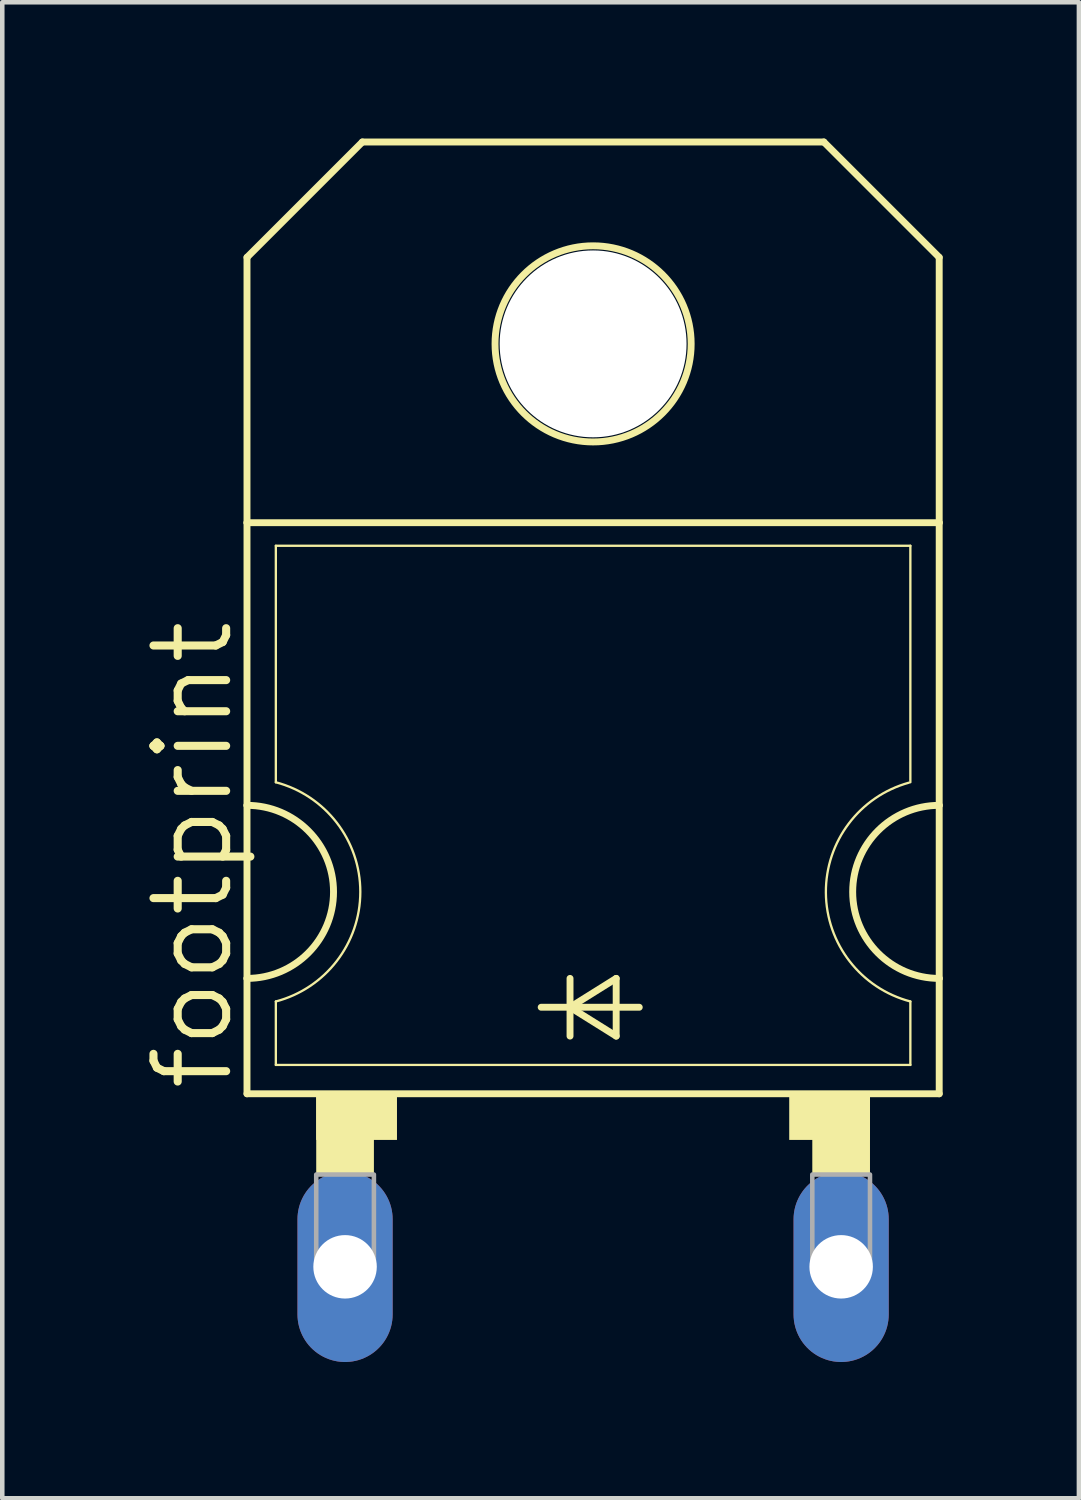
<source format=kicad_pcb>
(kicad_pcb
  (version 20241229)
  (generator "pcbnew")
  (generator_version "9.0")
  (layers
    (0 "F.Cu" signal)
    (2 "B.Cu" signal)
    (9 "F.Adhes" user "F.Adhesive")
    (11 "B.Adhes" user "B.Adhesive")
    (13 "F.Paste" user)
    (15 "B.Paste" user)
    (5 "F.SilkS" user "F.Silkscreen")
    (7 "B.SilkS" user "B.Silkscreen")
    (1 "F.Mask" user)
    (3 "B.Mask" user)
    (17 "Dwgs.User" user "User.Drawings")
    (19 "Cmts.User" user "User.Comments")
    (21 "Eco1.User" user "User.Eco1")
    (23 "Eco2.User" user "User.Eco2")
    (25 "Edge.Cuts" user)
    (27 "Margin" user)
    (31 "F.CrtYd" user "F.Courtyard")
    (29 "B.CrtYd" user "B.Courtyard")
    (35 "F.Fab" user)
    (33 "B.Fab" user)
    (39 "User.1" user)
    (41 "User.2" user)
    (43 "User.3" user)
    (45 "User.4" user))
  (footprint "footprint"
    (layer "F.Cu")
    (at 10.008 14.681)
    (property "Reference" "footprint" (at -7.874 6.35 90) (layer "F.SilkS") (effects (font (size 1.6 1.6) (thickness 0.178)) (justify left bottom)))
    (fp_line (start -7.62 -12.065) (end -7.62 -6.223) (stroke (width 0.152) (type solid)) (layer "F.SilkS"))
    (fp_line (start -7.62 -12.065) (end -5.08 -14.605) (stroke (width 0.152) (type solid)) (layer "F.SilkS"))
    (fp_line (start -7.62 0) (end -7.62 -6.223) (stroke (width 0.152) (type solid)) (layer "F.SilkS"))
    (fp_line (start -7.62 3.81) (end -7.62 0) (stroke (width 0.152) (type solid)) (layer "F.SilkS"))
    (fp_line (start -7.62 6.35) (end -7.62 3.81) (stroke (width 0.152) (type solid)) (layer "F.SilkS"))
    (fp_line (start -7.62 6.35) (end 7.62 6.35) (stroke (width 0.152) (type solid)) (layer "F.SilkS"))
    (fp_line (start -6.985 -0.508) (end -6.985 -5.715) (stroke (width 0.051) (type solid)) (layer "F.SilkS"))
    (fp_line (start -6.985 5.715) (end -6.985 4.318) (stroke (width 0.051) (type solid)) (layer "F.SilkS"))
    (fp_line (start -6.985 5.715) (end 6.985 5.715) (stroke (width 0.051) (type solid)) (layer "F.SilkS"))
    (fp_line (start -1.143 4.445) (end -0.508 4.445) (stroke (width 0.152) (type solid)) (layer "F.SilkS"))
    (fp_line (start -0.508 3.81) (end -0.508 4.445) (stroke (width 0.152) (type solid)) (layer "F.SilkS"))
    (fp_line (start -0.508 4.445) (end -0.508 5.08) (stroke (width 0.152) (type solid)) (layer "F.SilkS"))
    (fp_line (start -0.508 4.445) (end 0.508 3.81) (stroke (width 0.152) (type solid)) (layer "F.SilkS"))
    (fp_line (start -0.508 4.445) (end 1.016 4.445) (stroke (width 0.152) (type solid)) (layer "F.SilkS"))
    (fp_line (start 0.508 3.81) (end 0.508 5.08) (stroke (width 0.152) (type solid)) (layer "F.SilkS"))
    (fp_line (start 0.508 5.08) (end -0.508 4.445) (stroke (width 0.152) (type solid)) (layer "F.SilkS"))
    (fp_line (start 5.08 -14.605) (end -5.08 -14.605) (stroke (width 0.152) (type solid)) (layer "F.SilkS"))
    (fp_line (start 6.985 -5.715) (end -6.985 -5.715) (stroke (width 0.051) (type solid)) (layer "F.SilkS"))
    (fp_line (start 6.985 -0.508) (end 6.985 -5.715) (stroke (width 0.051) (type solid)) (layer "F.SilkS"))
    (fp_line (start 6.985 5.715) (end 6.985 4.318) (stroke (width 0.051) (type solid)) (layer "F.SilkS"))
    (fp_line (start 7.62 -12.065) (end 5.08 -14.605) (stroke (width 0.152) (type solid)) (layer "F.SilkS"))
    (fp_line (start 7.62 -12.065) (end 7.62 -6.223) (stroke (width 0.152) (type solid)) (layer "F.SilkS"))
    (fp_line (start 7.62 -6.223) (end -7.62 -6.223) (stroke (width 0.152) (type solid)) (layer "F.SilkS"))
    (fp_line (start 7.62 -6.223) (end 7.62 0) (stroke (width 0.152) (type solid)) (layer "F.SilkS"))
    (fp_line (start 7.62 0) (end 7.62 3.81) (stroke (width 0.152) (type solid)) (layer "F.SilkS"))
    (fp_line (start 7.62 3.81) (end 7.62 6.35) (stroke (width 0.152) (type solid)) (layer "F.SilkS"))
    (fp_arc (start -7.62 0) (mid -5.715 1.905) (end -7.62 3.81) (stroke (width 0.1524) (type solid)) (layer "F.SilkS"))
    (fp_arc (start -6.985 -0.508) (mid -5.124846 1.905) (end -6.985 4.318) (stroke (width 0.0508) (type solid)) (layer "F.SilkS"))
    (fp_arc (start 6.9851 4.3178) (mid 5.125027 1.921942) (end 6.9522 -0.4991) (stroke (width 0.0508) (type solid)) (layer "F.SilkS"))
    (fp_arc (start 7.62 3.81) (mid 5.715 1.905) (end 7.62 0) (stroke (width 0.1524) (type solid)) (layer "F.SilkS"))
    (fp_circle (center 0 -10.16) (end 2.159 -10.16) (stroke (width 0.152) (type solid)) (fill no) (layer "F.SilkS"))
    (fp_poly (pts (xy -6.096 7.366) (xy -4.318 7.366) (xy -4.318 6.35) (xy -6.096 6.35)) (stroke (width 0) (type solid)) (fill yes) (layer "F.SilkS"))
    (fp_poly (pts (xy -6.096 8.128) (xy -4.826 8.128) (xy -4.826 6.35) (xy -6.096 6.35)) (stroke (width 0) (type solid)) (fill yes) (layer "F.SilkS"))
    (fp_poly (pts (xy 4.318 7.366) (xy 6.096 7.366) (xy 6.096 6.35) (xy 4.318 6.35)) (stroke (width 0) (type solid)) (fill yes) (layer "F.SilkS"))
    (fp_poly (pts (xy 4.826 8.128) (xy 6.096 8.128) (xy 6.096 6.35) (xy 4.826 6.35)) (stroke (width 0) (type solid)) (fill yes) (layer "F.SilkS"))
    (fp_poly (pts (xy -6.096 10.16) (xy -4.826 10.16) (xy -4.826 8.128) (xy -6.096 8.128)) (stroke (width 0.1) (type solid)) (fill no) (layer "F.Fab"))
    (fp_poly (pts (xy 4.826 10.16) (xy 6.096 10.16) (xy 6.096 8.128) (xy 4.826 8.128)) (stroke (width 0.1) (type solid)) (fill no) (layer "F.Fab"))
    (pad "" np_thru_hole circle (at 0 -10.16) (size 4.115 4.115) (drill 4.115) (layers "*.Cu" "*.Mask"))
    (pad "A" thru_hole oval (at 5.461 10.16 90) (size 4.191 2.095) (drill 1.397) (layers "*.Cu" "*.Mask"))
    (pad "C" thru_hole oval (at -5.461 10.16 90) (size 4.191 2.095) (drill 1.397) (layers "*.Cu" "*.Mask"))
    (zone (net_name "") (layers "F.Cu" "B.Cu") (hatch edge 0.508) (connect_pads) (min_thickness 0.254) (filled_areas_thickness no) (keepout (tracks allowed) (vias not_allowed) (pads allowed) (copperpour allowed) (footprints allowed)) (placement (enabled no)) (fill) (polygon (pts (xy 13.818 4.521) (xy 13.76 3.86) (xy 13.588 3.218) (xy 13.307 2.616) (xy 12.926 2.072) (xy 12.457 1.603) (xy 11.913 1.222) (xy 11.311 0.941) (xy 10.669 0.769) (xy 10.008 0.711) (xy 9.346 0.769) (xy 8.705 0.941) (xy 8.103 1.222) (xy 7.559 1.603) (xy 7.089 2.072) (xy 6.708 2.616) (xy 6.427 3.218) (xy 6.255 3.86) (xy 6.198 4.521) (xy 6.255 5.183) (xy 6.427 5.824) (xy 6.708 6.426) (xy 7.089 6.97) (xy 7.559 7.44) (xy 8.103 7.821) (xy 8.705 8.101) (xy 9.346 8.273) (xy 10.008 8.331) (xy 10.669 8.273) (xy 11.311 8.101) (xy 11.913 7.821) (xy 12.457 7.44) (xy 12.926 6.97) (xy 13.307 6.426) (xy 13.588 5.824) (xy 13.76 5.183))))
    (zone (net_name "") (layer "B.Cu") (hatch edge 0.508) (connect_pads) (min_thickness 0.254) (filled_areas_thickness no) (keepout (tracks not_allowed) (vias not_allowed) (pads not_allowed) (copperpour not_allowed) (footprints allowed)) (placement (enabled no)) (fill) (polygon (pts (xy 13.818 4.521) (xy 13.76 3.86) (xy 13.588 3.218) (xy 13.307 2.616) (xy 12.926 2.072) (xy 12.457 1.603) (xy 11.913 1.222) (xy 11.311 0.941) (xy 10.669 0.769) (xy 10.008 0.711) (xy 9.346 0.769) (xy 8.705 0.941) (xy 8.103 1.222) (xy 7.559 1.603) (xy 7.089 2.072) (xy 6.708 2.616) (xy 6.427 3.218) (xy 6.255 3.86) (xy 6.198 4.521) (xy 6.255 5.183) (xy 6.427 5.824) (xy 6.708 6.426) (xy 7.089 6.97) (xy 7.559 7.44) (xy 8.103 7.821) (xy 8.705 8.101) (xy 9.346 8.273) (xy 10.008 8.331) (xy 10.669 8.273) (xy 11.311 8.101) (xy 11.913 7.821) (xy 12.457 7.44) (xy 12.926 6.97) (xy 13.307 6.426) (xy 13.588 5.824) (xy 13.76 5.183)))))
  (gr_rect
    (start -3 -3)
    (end 20.704 29.937)
    (stroke (width 0.1) (type default))
    (fill no)
    (layer "Edge.Cuts")))
</source>
